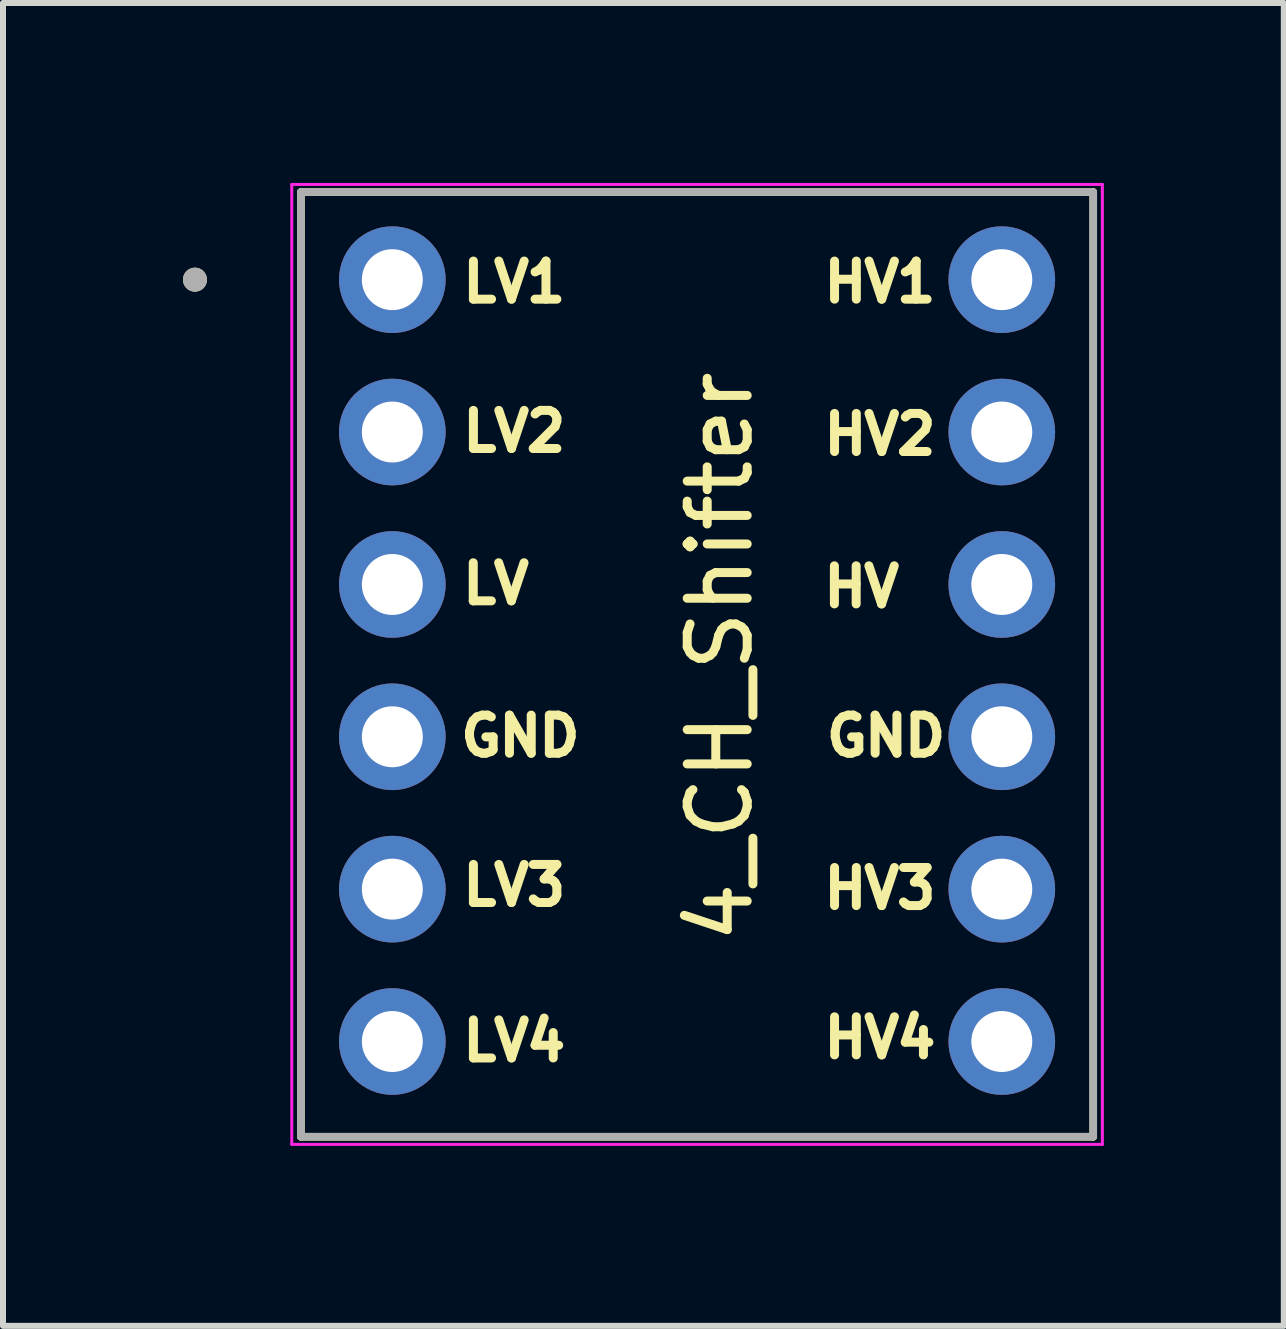
<source format=kicad_pcb>
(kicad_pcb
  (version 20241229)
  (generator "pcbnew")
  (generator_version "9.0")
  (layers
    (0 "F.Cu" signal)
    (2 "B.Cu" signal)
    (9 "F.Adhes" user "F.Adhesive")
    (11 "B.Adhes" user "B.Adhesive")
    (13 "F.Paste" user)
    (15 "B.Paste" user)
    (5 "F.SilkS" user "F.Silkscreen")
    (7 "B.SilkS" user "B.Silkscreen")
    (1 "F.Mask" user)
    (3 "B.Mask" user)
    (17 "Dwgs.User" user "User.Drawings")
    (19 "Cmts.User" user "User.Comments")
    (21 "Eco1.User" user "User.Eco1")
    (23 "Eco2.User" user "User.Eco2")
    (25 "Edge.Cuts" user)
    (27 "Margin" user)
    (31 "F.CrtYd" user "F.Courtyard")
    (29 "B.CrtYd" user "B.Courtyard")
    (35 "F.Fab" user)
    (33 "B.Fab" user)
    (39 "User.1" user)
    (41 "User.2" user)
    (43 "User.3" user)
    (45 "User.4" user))
  (footprint "4_CH_Shifter"
    (layer "F.Cu")
    (at 8.57 7.899)
    (property "Reference" "4_CH_Shifter" (at 0.381 0 90) (layer "F.SilkS") (effects (font (size 1 1) (thickness 0.15))))
    (attr through_hole)
    (fp_line (start -6.604 -7.747) (end -6.604 8.001) (stroke (width 0.127) (type solid)) (layer "F.SilkS"))
    (fp_line (start -6.604 8.001) (end 6.604 8.001) (stroke (width 0.127) (type solid)) (layer "F.SilkS"))
    (fp_line (start 6.604 -7.747) (end -6.604 -7.747) (stroke (width 0.127) (type solid)) (layer "F.SilkS"))
    (fp_line (start 6.604 8.001) (end 6.604 -7.747) (stroke (width 0.127) (type solid)) (layer "F.SilkS"))
    (fp_circle (center -8.37 -6.287) (end -8.27 -6.287) (stroke (width 0.2) (type solid)) (fill no) (layer "F.SilkS"))
    (fp_line (start -6.756 -7.874) (end -6.756 8.128) (stroke (width 0.05) (type solid)) (layer "F.CrtYd"))
    (fp_line (start -6.756 8.128) (end 6.756 8.128) (stroke (width 0.05) (type solid)) (layer "F.CrtYd"))
    (fp_line (start 6.756 -7.874) (end -6.756 -7.874) (stroke (width 0.05) (type solid)) (layer "F.CrtYd"))
    (fp_line (start 6.756 8.128) (end 6.756 -7.874) (stroke (width 0.05) (type solid)) (layer "F.CrtYd"))
    (fp_line (start -6.604 -7.747) (end -6.604 8.001) (stroke (width 0.127) (type solid)) (layer "F.Fab"))
    (fp_line (start -6.604 8.001) (end 6.604 8.001) (stroke (width 0.127) (type solid)) (layer "F.Fab"))
    (fp_line (start 6.604 -7.747) (end -6.604 -7.747) (stroke (width 0.127) (type solid)) (layer "F.Fab"))
    (fp_line (start 6.604 8.001) (end 6.604 -7.747) (stroke (width 0.127) (type solid)) (layer "F.Fab"))
    (fp_circle (center -8.37 -6.287) (end -8.27 -6.287) (stroke (width 0.2) (type solid)) (fill no) (layer "F.Fab"))
    (fp_text user "HV" (at 2.743 -1.168 0) (unlocked yes) (layer "F.SilkS") (effects (font (size 0.635 0.635) (thickness 0.15))))
    (fp_text user "GND" (at 3.15 1.321 0) (unlocked yes) (layer "F.SilkS") (effects (font (size 0.635 0.635) (thickness 0.15))))
    (fp_text user "HV3" (at 3.048 3.861 0) (unlocked yes) (layer "F.SilkS") (effects (font (size 0.635 0.635) (thickness 0.15))))
    (fp_text user "LV2" (at -3.048 -3.759 0) (unlocked yes) (layer "F.SilkS") (effects (font (size 0.635 0.635) (thickness 0.15))))
    (fp_text user "LV1" (at -3.048 -6.248 0) (unlocked yes) (layer "F.SilkS") (effects (font (size 0.635 0.635) (thickness 0.15))))
    (fp_text user "LV3" (at -3.048 3.81 0) (unlocked yes) (layer "F.SilkS") (effects (font (size 0.635 0.635) (thickness 0.15))))
    (fp_text user "HV2" (at 3.048 -3.708 0) (unlocked yes) (layer "F.SilkS") (effects (font (size 0.635 0.635) (thickness 0.15))))
    (fp_text user "LV" (at -3.353 -1.219 0) (unlocked yes) (layer "F.SilkS") (effects (font (size 0.635 0.635) (thickness 0.15))))
    (fp_text user "GND" (at -2.946 1.321 0) (unlocked yes) (layer "F.SilkS") (effects (font (size 0.635 0.635) (thickness 0.15))))
    (fp_text user "HV4" (at 3.048 6.35 0) (unlocked yes) (layer "F.SilkS") (effects (font (size 0.635 0.635) (thickness 0.15))))
    (fp_text user "LV4" (at -3.048 6.401 0) (unlocked yes) (layer "F.SilkS") (effects (font (size 0.635 0.635) (thickness 0.15))))
    (fp_text user "HV1" (at 3.048 -6.248 0) (unlocked yes) (layer "F.SilkS") (effects (font (size 0.635 0.635) (thickness 0.15))))
    (pad "GND" thru_hole circle (at -5.08 1.333) (size 1.778 1.778) (drill 1.016) (layers "*.Cu" "*.Mask"))
    (pad "GND" thru_hole circle (at 5.08 1.333) (size 1.778 1.778) (drill 1.016) (layers "*.Cu" "*.Mask"))
    (pad "HV" thru_hole circle (at 5.08 -1.206) (size 1.778 1.778) (drill 1.016) (layers "*.Cu" "*.Mask"))
    (pad "HV1" thru_hole circle (at 5.08 -6.287) (size 1.778 1.778) (drill 1.016) (layers "*.Cu" "*.Mask"))
    (pad "HV2" thru_hole circle (at 5.08 -3.747) (size 1.778 1.778) (drill 1.016) (layers "*.Cu" "*.Mask"))
    (pad "HV3" thru_hole circle (at 5.08 3.873) (size 1.778 1.778) (drill 1.016) (layers "*.Cu" "*.Mask"))
    (pad "HV4" thru_hole circle (at 5.08 6.413) (size 1.778 1.778) (drill 1.016) (layers "*.Cu" "*.Mask"))
    (pad "LV" thru_hole circle (at -5.08 -1.206) (size 1.778 1.778) (drill 1.016) (layers "*.Cu" "*.Mask"))
    (pad "LV1" thru_hole circle (at -5.08 -6.287) (size 1.778 1.778) (drill 1.016) (layers "*.Cu" "*.Mask"))
    (pad "LV2" thru_hole circle (at -5.08 -3.747) (size 1.778 1.778) (drill 1.016) (layers "*.Cu" "*.Mask"))
    (pad "LV3" thru_hole circle (at -5.08 3.873) (size 1.778 1.778) (drill 1.016) (layers "*.Cu" "*.Mask"))
    (pad "LV4" thru_hole circle (at -5.08 6.413) (size 1.778 1.778) (drill 1.016) (layers "*.Cu" "*.Mask")))
  (gr_rect
    (start -3 -3)
    (end 18.351 19.052)
    (stroke (width 0.1) (type default))
    (fill no)
    (layer "Edge.Cuts")))
</source>
